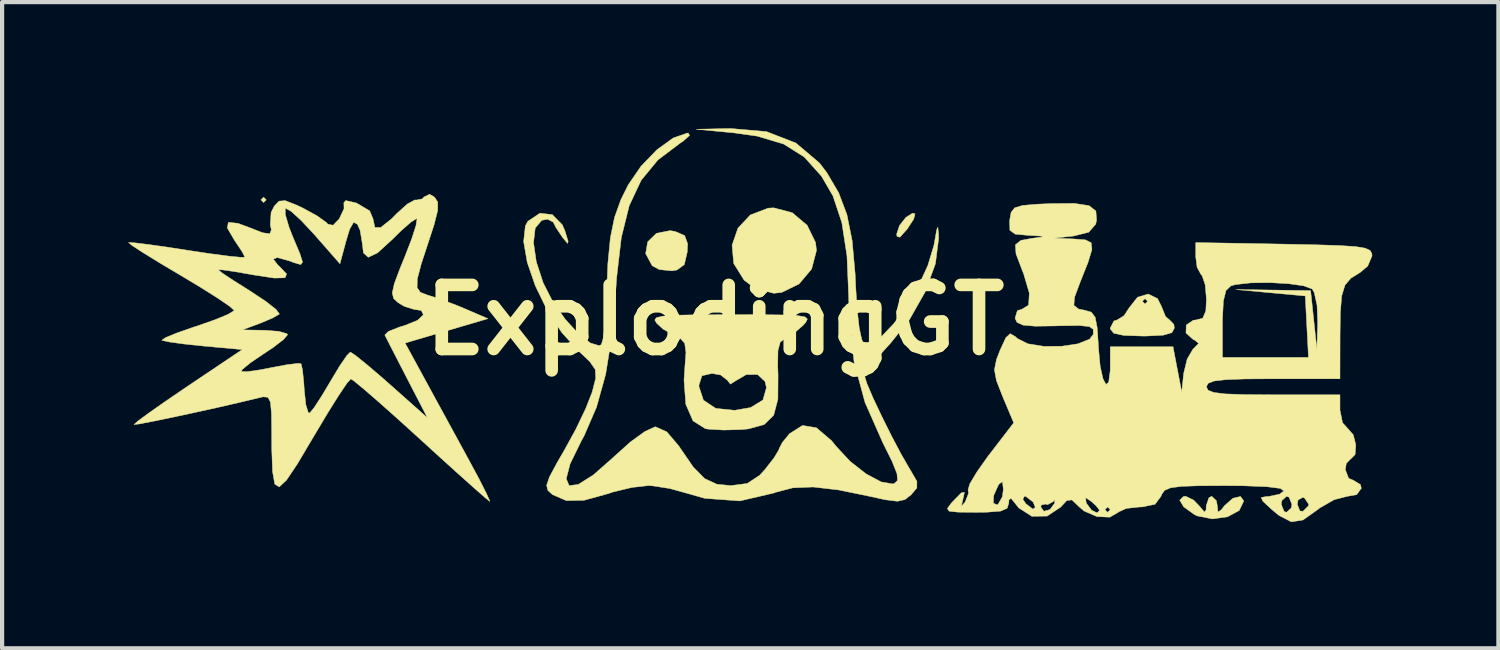
<source format=kicad_pcb>
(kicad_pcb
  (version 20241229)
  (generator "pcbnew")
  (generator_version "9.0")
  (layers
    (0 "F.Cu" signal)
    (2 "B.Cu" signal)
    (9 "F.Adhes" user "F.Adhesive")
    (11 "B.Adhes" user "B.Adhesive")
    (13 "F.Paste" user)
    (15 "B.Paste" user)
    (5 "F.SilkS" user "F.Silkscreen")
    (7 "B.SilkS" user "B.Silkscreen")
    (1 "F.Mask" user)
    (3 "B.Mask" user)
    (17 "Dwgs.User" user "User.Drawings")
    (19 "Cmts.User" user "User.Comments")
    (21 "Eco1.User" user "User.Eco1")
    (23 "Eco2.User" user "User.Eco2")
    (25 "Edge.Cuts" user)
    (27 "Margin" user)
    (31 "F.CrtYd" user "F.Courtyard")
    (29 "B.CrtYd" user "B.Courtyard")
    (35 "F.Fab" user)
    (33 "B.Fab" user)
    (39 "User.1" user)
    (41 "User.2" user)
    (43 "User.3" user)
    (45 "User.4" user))
  (footprint "ExplodingGT"
    (layer "F.Cu")
    (at 13.948 4.558)
    (property "Reference" "ExplodingGT" (at 0 0 0) (layer "F.SilkS") (effects (font (size 1.524 1.524) (thickness 0.3))))
    (attr through_hole)
    (fp_poly (pts (xy -10.668 -2.857) (xy -10.732 -2.794) (xy -10.795 -2.857) (xy -10.732 -2.921) (xy -10.668 -2.857)) (stroke (width 0.01) (type solid)) (fill yes) (layer "F.SilkS"))
    (fp_poly (pts (xy 4.757 -2.524) (xy 4.725 -2.4) (xy 4.576 -2.17) (xy 4.566 -2.157) (xy 4.396 -1.968) (xy 4.327 -1.989) (xy 4.321 -2.048) (xy 4.388 -2.248) (xy 4.54 -2.44) (xy 4.698 -2.54) (xy 4.757 -2.524)) (stroke (width 0.01) (type solid)) (fill yes) (layer "F.SilkS"))
    (fp_poly (pts (xy -0.946 -2.105) (xy -0.721 -2.008) (xy -0.65 -1.814) (xy -0.659 -1.615) (xy -0.729 -1.317) (xy -0.903 -1.19) (xy -1.017 -1.169) (xy -1.322 -1.199) (xy -1.493 -1.29) (xy -1.648 -1.579) (xy -1.6 -1.858) (xy -1.391 -2.062) (xy -1.067 -2.125) (xy -0.946 -2.105)) (stroke (width 0.01) (type solid)) (fill yes) (layer "F.SilkS"))
    (fp_poly (pts (xy 1.836 -2.552) (xy 2.191 -2.253) (xy 2.392 -1.841) (xy 2.413 -1.651) (xy 2.298 -1.212) (xy 1.999 -0.857) (xy 1.587 -0.656) (xy 1.397 -0.635) (xy 0.951 -0.754) (xy 0.693 -0.947) (xy 0.446 -1.344) (xy 0.406 -1.778) (xy 0.546 -2.184) (xy 0.841 -2.498) (xy 1.263 -2.659) (xy 1.397 -2.667) (xy 1.836 -2.552)) (stroke (width 0.01) (type solid)) (fill yes) (layer "F.SilkS"))
    (fp_poly (pts (xy 11.921 4.296) (xy 11.942 4.413) (xy 11.959 4.566) (xy 12.037 4.513) (xy 12.115 4.413) (xy 12.312 4.239) (xy 12.493 4.195) (xy 12.573 4.302) (xy 12.573 4.302) (xy 12.463 4.529) (xy 12.186 4.679) (xy 11.826 4.729) (xy 11.465 4.657) (xy 11.398 4.625) (xy 11.144 4.443) (xy 11.049 4.283) (xy 11.138 4.196) (xy 11.194 4.191) (xy 11.38 4.282) (xy 11.507 4.413) (xy 11.637 4.566) (xy 11.676 4.513) (xy 11.68 4.413) (xy 11.743 4.225) (xy 11.811 4.191) (xy 11.921 4.296)) (stroke (width 0.01) (type solid)) (fill yes) (layer "F.SilkS"))
    (fp_poly (pts (xy 10.521 -0.51) (xy 10.614 -0.326) (xy 10.712 -0.084) (xy 10.809 0) (xy 10.909 0.103) (xy 10.922 0.191) (xy 10.863 0.301) (xy 10.656 0.361) (xy 10.252 0.381) (xy 10.16 0.381) (xy 9.718 0.366) (xy 9.48 0.315) (xy 9.4 0.213) (xy 9.398 0.191) (xy 9.484 0.022) (xy 9.558 0) (xy 9.727 -0.104) (xy 9.844 -0.286) (xy 9.97 -0.445) (xy 10.16 -0.445) (xy 10.223 -0.381) (xy 10.287 -0.445) (xy 10.223 -0.508) (xy 10.16 -0.445) (xy 9.97 -0.445) (xy 10.047 -0.542) (xy 10.3 -0.618) (xy 10.521 -0.51)) (stroke (width 0.01) (type solid)) (fill yes) (layer "F.SilkS"))
    (fp_poly (pts (xy 1.123 -0.126) (xy 1.64 -0.12) (xy 1.969 -0.104) (xy 2.143 -0.073) (xy 2.196 -0.023) (xy 2.16 0.052) (xy 2.098 0.124) (xy 1.849 0.341) (xy 1.666 0.439) (xy 1.552 0.525) (xy 1.498 0.725) (xy 1.492 1.098) (xy 1.5 1.3) (xy 1.496 1.883) (xy 1.396 2.264) (xy 1.171 2.485) (xy 0.793 2.589) (xy 0.627 2.605) (xy 0.206 2.616) (xy -0.153 2.595) (xy -0.229 2.583) (xy -0.522 2.398) (xy -0.693 2.006) (xy -0.725 1.581) (xy -0.381 1.581) (xy -0.274 1.907) (xy 0.019 2.101) (xy 0.462 2.147) (xy 0.848 2.081) (xy 1.14 1.902) (xy 1.224 1.608) (xy 1.189 1.46) (xy 1.013 1.296) (xy 0.743 1.298) (xy 0.518 1.429) (xy 0.367 1.524) (xy 0.291 1.429) (xy 0.134 1.306) (xy -0.074 1.27) (xy -0.31 1.326) (xy -0.38 1.543) (xy -0.381 1.581) (xy -0.725 1.581) (xy -0.736 1.425) (xy -0.719 1.168) (xy -0.69 0.771) (xy -0.72 0.551) (xy -0.828 0.436) (xy -0.934 0.388) (xy -1.236 0.214) (xy -1.386 0.077) (xy -1.431 -0.001) (xy -1.393 -0.056) (xy -1.239 -0.092) (xy -0.936 -0.114) (xy -0.451 -0.124) (xy 0.249 -0.127) (xy 0.385 -0.127) (xy 1.123 -0.126)) (stroke (width 0.01) (type solid)) (fill yes) (layer "F.SilkS"))
    (fp_poly (pts (xy 1.225 -4.479) (xy 1.924 -4.208) (xy 2.484 -3.733) (xy 2.658 -3.506) (xy 2.94 -3.027) (xy 3.136 -2.509) (xy 3.261 -1.888) (xy 3.332 -1.101) (xy 3.347 -0.771) (xy 3.38 -0.244) (xy 3.43 0.19) (xy 3.49 0.465) (xy 3.519 0.522) (xy 3.704 0.552) (xy 3.959 0.392) (xy 4.253 0.084) (xy 4.555 -0.329) (xy 4.835 -0.804) (xy 5.062 -1.3) (xy 5.205 -1.773) (xy 5.218 -1.841) (xy 5.271 -2.144) (xy 5.299 -2.208) (xy 5.314 -2.047) (xy 5.318 -1.942) (xy 5.242 -1.341) (xy 4.997 -0.668) (xy 4.618 -0.000302) (xy 4.176 0.548) (xy 3.868 0.887) (xy 3.646 1.165) (xy 3.556 1.326) (xy 3.556 1.33) (xy 3.612 1.51) (xy 3.757 1.85) (xy 3.963 2.286) (xy 4.196 2.754) (xy 4.427 3.191) (xy 4.624 3.533) (xy 4.657 3.586) (xy 4.801 3.837) (xy 4.799 3.993) (xy 4.665 4.153) (xy 4.516 4.27) (xy 4.336 4.309) (xy 4.046 4.273) (xy 3.716 4.2) (xy 2.933 4.039) (xy 2.33 3.97) (xy 1.85 3.99) (xy 1.436 4.098) (xy 1.392 4.115) (xy 0.592 4.301) (xy -0.243 4.24) (xy -0.635 4.128) (xy -1.075 4.006) (xy -1.497 3.941) (xy -1.587 3.937) (xy -1.975 3.981) (xy -2.427 4.09) (xy -2.54 4.128) (xy -3.111 4.286) (xy -3.534 4.294) (xy -3.863 4.151) (xy -3.867 4.148) (xy -3.974 4.05) (xy -4.002 3.928) (xy -3.934 3.729) (xy -3.758 3.4) (xy -3.584 3.1) (xy -3.311 2.602) (xy -3.075 2.11) (xy -2.923 1.724) (xy -2.915 1.697) (xy -2.835 1.385) (xy -2.846 1.177) (xy -2.981 0.983) (xy -3.262 0.719) (xy -3.648 0.29) (xy -3.991 -0.238) (xy -4.27 -0.81) (xy -4.463 -1.37) (xy -4.549 -1.865) (xy -4.508 -2.239) (xy -4.446 -2.349) (xy -4.162 -2.539) (xy -3.867 -2.505) (xy -3.63 -2.264) (xy -3.57 -2.127) (xy -3.49 -1.868) (xy -3.504 -1.821) (xy -3.617 -1.955) (xy -3.78 -2.197) (xy -3.845 -2.327) (xy -3.979 -2.397) (xy -4.119 -2.37) (xy -4.273 -2.187) (xy -4.314 -1.839) (xy -4.248 -1.385) (xy -4.085 -0.885) (xy -3.858 -0.439) (xy -3.56 -0.018) (xy -3.247 0.324) (xy -2.962 0.547) (xy -2.752 0.61) (xy -2.701 0.584) (xy -2.653 0.42) (xy -2.611 0.068) (xy -2.583 -0.403) (xy -2.578 -0.55) (xy -2.546 -1.347) (xy -2.487 -1.954) (xy -2.389 -2.437) (xy -2.237 -2.86) (xy -2.062 -3.214) (xy -1.757 -3.658) (xy -1.38 -4.048) (xy -0.992 -4.328) (xy -0.658 -4.444) (xy -0.637 -4.445) (xy -0.603 -4.389) (xy -0.756 -4.253) (xy -0.826 -4.207) (xy -1.355 -3.807) (xy -1.753 -3.325) (xy -2.038 -2.721) (xy -2.227 -1.958) (xy -2.339 -0.994) (xy -2.354 -0.762) (xy -2.449 0.365) (xy -2.599 1.292) (xy -2.815 2.069) (xy -3.108 2.747) (xy -3.184 2.887) (xy -3.445 3.422) (xy -3.536 3.774) (xy -3.467 3.938) (xy -3.249 3.909) (xy -2.892 3.684) (xy -2.407 3.257) (xy -2.389 3.239) (xy -2.006 2.896) (xy -1.666 2.65) (xy -1.43 2.542) (xy -1.41 2.54) (xy -1.145 2.659) (xy -0.86 2.994) (xy -0.838 3.028) (xy -0.518 3.493) (xy -0.244 3.771) (xy 0.044 3.904) (xy 0.379 3.937) (xy 0.767 3.886) (xy 1.062 3.692) (xy 1.195 3.546) (xy 1.403 3.278) (xy 1.517 3.09) (xy 1.524 3.062) (xy 1.602 2.911) (xy 1.773 2.702) (xy 2.081 2.507) (xy 2.412 2.562) (xy 2.771 2.868) (xy 2.877 2.999) (xy 3.21 3.358) (xy 3.59 3.656) (xy 3.952 3.85) (xy 4.229 3.897) (xy 4.262 3.888) (xy 4.341 3.813) (xy 4.327 3.651) (xy 4.209 3.356) (xy 3.994 2.926) (xy 3.568 1.962) (xy 3.308 1.003) (xy 3.191 -0.048) (xy 3.18 -0.533) (xy 3.138 -1.526) (xy 3.016 -2.317) (xy 2.804 -2.952) (xy 2.533 -3.418) (xy 2.122 -3.876) (xy 1.632 -4.184) (xy 1.003 -4.372) (xy 0.445 -4.45) (xy -0.445 -4.535) (xy 0.373 -4.553) (xy 1.225 -4.479)) (stroke (width 0.01) (type solid)) (fill yes) (layer "F.SilkS"))
    (fp_poly (pts (xy -6.666 -2.92) (xy -6.591 -2.804) (xy -6.592 -2.605) (xy -6.677 -2.267) (xy -6.805 -1.876) (xy -6.984 -1.331) (xy -7.076 -0.979) (xy -7.082 -0.77) (xy -7.002 -0.657) (xy -6.835 -0.593) (xy -6.811 -0.587) (xy -6.509 -0.49) (xy -6.108 -0.336) (xy -5.953 -0.271) (xy -5.397 -0.032) (xy -6.382 0.258) (xy -7.367 0.548) (xy -6.859 1.48) (xy -6.532 2.08) (xy -6.163 2.756) (xy -5.832 3.363) (xy -5.831 3.365) (xy -5.601 3.793) (xy -5.435 4.121) (xy -5.356 4.297) (xy -5.354 4.313) (xy -5.457 4.23) (xy -5.716 4.003) (xy -6.099 3.661) (xy -6.574 3.231) (xy -6.985 2.856) (xy -7.513 2.377) (xy -7.977 1.964) (xy -8.344 1.645) (xy -8.582 1.449) (xy -8.657 1.4) (xy -8.749 1.502) (xy -8.94 1.784) (xy -9.203 2.204) (xy -9.512 2.721) (xy -9.561 2.803) (xy -9.925 3.417) (xy -10.186 3.806) (xy -10.36 3.969) (xy -10.465 3.902) (xy -10.518 3.605) (xy -10.537 3.075) (xy -10.539 2.696) (xy -10.544 2.222) (xy -10.568 1.953) (xy -10.628 1.837) (xy -10.741 1.826) (xy -10.827 1.845) (xy -11.284 1.955) (xy -11.823 2.079) (xy -12.389 2.204) (xy -12.925 2.319) (xy -13.378 2.412) (xy -13.692 2.472) (xy -13.812 2.485) (xy -13.726 2.407) (xy -13.467 2.216) (xy -13.075 1.941) (xy -12.588 1.609) (xy -12.542 1.578) (xy -11.239 0.703) (xy -12.169 0.618) (xy -12.627 0.57) (xy -12.974 0.522) (xy -13.145 0.484) (xy -13.151 0.481) (xy -13.065 0.42) (xy -12.793 0.308) (xy -12.389 0.167) (xy -12.316 0.144) (xy -11.887 -0.006) (xy -11.573 -0.136) (xy -11.434 -0.223) (xy -11.432 -0.23) (xy -11.536 -0.325) (xy -11.817 -0.517) (xy -12.232 -0.779) (xy -12.707 -1.064) (xy -12.927 -1.194) (xy -11.811 -1.194) (xy -11.712 -1.115) (xy -11.45 -0.941) (xy -11.08 -0.708) (xy -11.047 -0.687) (xy -10.683 -0.446) (xy -10.436 -0.253) (xy -10.355 -0.144) (xy -10.358 -0.14) (xy -10.518 -0.047) (xy -10.809 0.075) (xy -10.836 0.086) (xy -11.239 0.235) (xy -10.7 0.244) (xy -10.37 0.27) (xy -10.179 0.324) (xy -10.16 0.349) (xy -10.259 0.465) (xy -10.512 0.659) (xy -10.738 0.809) (xy -11.048 1.019) (xy -11.235 1.173) (xy -11.264 1.224) (xy -11.122 1.228) (xy -10.812 1.184) (xy -10.551 1.133) (xy -10.173 1.062) (xy -9.912 1.031) (xy -9.841 1.039) (xy -9.807 1.182) (xy -9.775 1.493) (xy -9.763 1.679) (xy -9.727 2.013) (xy -9.67 2.199) (xy -9.636 2.213) (xy -9.527 2.079) (xy -9.339 1.789) (xy -9.142 1.458) (xy -8.925 1.097) (xy -8.753 0.846) (xy -8.669 0.762) (xy -8.548 0.841) (xy -8.284 1.053) (xy -7.924 1.36) (xy -7.715 1.544) (xy -6.835 2.326) (xy -7.322 1.385) (xy -7.55 0.942) (xy -7.732 0.588) (xy -7.837 0.382) (xy -7.849 0.356) (xy -7.766 0.273) (xy -7.507 0.169) (xy -7.37 0.128) (xy -7.07 0.007) (xy -6.932 -0.125) (xy -6.982 -0.226) (xy -7.159 -0.254) (xy -7.385 -0.324) (xy -7.537 -0.415) (xy -7.641 -0.513) (xy -7.672 -0.644) (xy -7.623 -0.865) (xy -7.485 -1.234) (xy -7.378 -1.494) (xy -7.212 -1.924) (xy -7.108 -2.246) (xy -7.084 -2.405) (xy -7.093 -2.413) (xy -7.227 -2.329) (xy -7.472 -2.113) (xy -7.678 -1.91) (xy -8.022 -1.596) (xy -8.243 -1.491) (xy -8.358 -1.595) (xy -8.384 -1.817) (xy -8.436 -2.129) (xy -8.5 -2.276) (xy -8.59 -2.324) (xy -8.685 -2.16) (xy -8.765 -1.897) (xy -8.916 -1.337) (xy -9.527 -2.034) (xy -9.832 -2.361) (xy -10.075 -2.583) (xy -10.208 -2.657) (xy -10.216 -2.653) (xy -10.214 -2.503) (xy -10.125 -2.202) (xy -10.036 -1.976) (xy -9.869 -1.58) (xy -9.804 -1.376) (xy -9.848 -1.318) (xy -10.007 -1.363) (xy -10.114 -1.404) (xy -10.406 -1.486) (xy -10.501 -1.447) (xy -10.383 -1.297) (xy -10.354 -1.273) (xy -10.184 -1.094) (xy -10.221 -1.004) (xy -10.476 -0.997) (xy -10.96 -1.07) (xy -10.986 -1.075) (xy -11.402 -1.148) (xy -11.699 -1.191) (xy -11.811 -1.194) (xy -12.927 -1.194) (xy -13.203 -1.359) (xy -13.601 -1.604) (xy -13.862 -1.774) (xy -13.943 -1.843) (xy -13.811 -1.837) (xy -13.481 -1.797) (xy -13.005 -1.73) (xy -12.541 -1.658) (xy -11.99 -1.575) (xy -11.546 -1.517) (xy -11.259 -1.49) (xy -11.176 -1.495) (xy -11.242 -1.624) (xy -11.404 -1.868) (xy -11.426 -1.9) (xy -11.595 -2.19) (xy -11.568 -2.322) (xy -11.343 -2.299) (xy -11.106 -2.212) (xy -10.754 -2.075) (xy -10.583 -2.051) (xy -10.547 -2.144) (xy -10.572 -2.264) (xy -10.553 -2.556) (xy -10.479 -2.707) (xy -10.364 -2.826) (xy -10.216 -2.838) (xy -9.955 -2.736) (xy -9.806 -2.666) (xy -9.473 -2.485) (xy -9.245 -2.324) (xy -9.202 -2.278) (xy -9.078 -2.253) (xy -8.933 -2.404) (xy -8.819 -2.647) (xy -8.823 -2.789) (xy -8.778 -2.84) (xy -8.547 -2.788) (xy -8.513 -2.776) (xy -8.209 -2.595) (xy -8.128 -2.401) (xy -8.086 -2.2) (xy -7.947 -2.199) (xy -7.692 -2.403) (xy -7.561 -2.535) (xy -7.315 -2.756) (xy -7.135 -2.855) (xy -7.101 -2.851) (xy -6.957 -2.88) (xy -6.919 -2.925) (xy -6.781 -2.99) (xy -6.666 -2.92)) (stroke (width 0.01) (type solid)) (fill yes) (layer "F.SilkS"))
    (fp_poly (pts (xy 8.893 -2.719) (xy 9.056 -2.592) (xy 9.073 -2.376) (xy 9.052 -2.279) (xy 8.886 -2.087) (xy 8.528 -1.997) (xy 8.065 -1.948) (xy 8.549 -1.926) (xy 8.808 -1.905) (xy 8.944 -1.837) (xy 8.962 -1.675) (xy 8.87 -1.372) (xy 8.684 -0.905) (xy 8.549 -0.543) (xy 8.533 -0.349) (xy 8.645 -0.261) (xy 8.795 -0.231) (xy 8.948 -0.186) (xy 9.039 -0.066) (xy 9.088 0.188) (xy 9.117 0.634) (xy 9.118 0.667) (xy 9.158 1.099) (xy 9.224 1.396) (xy 9.297 1.532) (xy 9.36 1.479) (xy 9.396 1.212) (xy 9.398 1.079) (xy 9.398 0.635) (xy 10.89 0.635) (xy 10.993 1.175) (xy 11.097 1.714) (xy 11.143 1.27) (xy 11.226 0.928) (xy 11.363 0.694) (xy 11.377 0.682) (xy 11.499 0.556) (xy 11.4 0.475) (xy 11.37 0.464) (xy 11.198 0.308) (xy 11.204 0.119) (xy 11.266 0.077) (xy 12.065 0.077) (xy 12.065 0.889) (xy 14.11 0.889) (xy 14.072 0.159) (xy 14.034 -0.572) (xy 13.208 -0.648) (xy 12.383 -0.725) (xy 13.271 -0.712) (xy 14.161 -0.699) (xy 14.31 0.699) (xy 14.33 0.057) (xy 14.314 -0.349) (xy 14.247 -0.653) (xy 14.199 -0.737) (xy 14 -0.812) (xy 13.633 -0.864) (xy 13.183 -0.889) (xy 12.737 -0.883) (xy 12.378 -0.843) (xy 12.266 -0.812) (xy 12.149 -0.702) (xy 12.087 -0.451) (xy 12.065 -0.007) (xy 12.065 0.077) (xy 11.266 0.077) (xy 11.375 0.004) (xy 11.43 0) (xy 11.597 -0.043) (xy 11.67 -0.218) (xy 11.684 -0.501) (xy 11.654 -0.839) (xy 11.581 -1.055) (xy 11.557 -1.079) (xy 11.462 -1.253) (xy 11.43 -1.5) (xy 11.43 -1.841) (xy 13.525 -1.804) (xy 14.3 -1.788) (xy 14.856 -1.77) (xy 15.23 -1.745) (xy 15.458 -1.708) (xy 15.574 -1.655) (xy 15.617 -1.579) (xy 15.621 -1.523) (xy 15.518 -1.281) (xy 15.335 -1.128) (xy 15.116 -0.992) (xy 14.977 -0.827) (xy 14.9 -0.573) (xy 14.868 -0.175) (xy 14.861 0.349) (xy 14.859 1.397) (xy 13.271 1.397) (xy 12.599 1.401) (xy 12.142 1.418) (xy 11.863 1.451) (xy 11.723 1.506) (xy 11.684 1.586) (xy 11.684 1.587) (xy 11.721 1.668) (xy 11.859 1.723) (xy 12.136 1.757) (xy 12.589 1.773) (xy 13.257 1.778) (xy 13.271 1.778) (xy 14.859 1.778) (xy 14.859 2.145) (xy 14.92 2.443) (xy 15.05 2.586) (xy 15.176 2.73) (xy 15.236 2.971) (xy 15.219 3.198) (xy 15.117 3.302) (xy 15.113 3.302) (xy 15.01 3.408) (xy 14.986 3.556) (xy 15.065 3.763) (xy 15.177 3.81) (xy 15.345 3.912) (xy 15.367 4) (xy 15.256 4.153) (xy 15.036 4.191) (xy 14.72 4.272) (xy 14.376 4.47) (xy 14.328 4.508) (xy 13.981 4.754) (xy 13.703 4.799) (xy 13.407 4.645) (xy 13.247 4.513) (xy 13.105 4.381) (xy 13.462 4.381) (xy 13.531 4.551) (xy 13.589 4.572) (xy 13.702 4.469) (xy 13.716 4.381) (xy 13.843 4.381) (xy 13.907 4.54) (xy 13.98 4.548) (xy 14.111 4.417) (xy 14.116 4.381) (xy 14.017 4.233) (xy 13.98 4.215) (xy 13.864 4.277) (xy 13.843 4.381) (xy 13.716 4.381) (xy 13.647 4.212) (xy 13.589 4.191) (xy 13.476 4.294) (xy 13.462 4.381) (xy 13.105 4.381) (xy 13.025 4.308) (xy 12.986 4.219) (xy 13.116 4.196) (xy 13.169 4.195) (xy 13.425 4.14) (xy 13.525 4.064) (xy 13.443 4.004) (xy 13.119 3.963) (xy 12.566 3.941) (xy 12.145 3.937) (xy 11.514 3.94) (xy 11.092 3.955) (xy 10.833 3.989) (xy 10.691 4.049) (xy 10.622 4.143) (xy 10.604 4.191) (xy 10.463 4.38) (xy 10.16 4.444) (xy 10.095 4.445) (xy 9.782 4.479) (xy 9.595 4.563) (xy 9.588 4.572) (xy 9.386 4.688) (xy 9.08 4.673) (xy 8.774 4.54) (xy 8.666 4.448) (xy 8.487 4.277) (xy 8.363 4.293) (xy 8.218 4.448) (xy 7.896 4.662) (xy 7.534 4.667) (xy 7.222 4.467) (xy 7.183 4.417) (xy 7.06 4.264) (xy 7.32 4.264) (xy 7.393 4.369) (xy 7.56 4.497) (xy 7.616 4.452) (xy 7.614 4.448) (xy 7.747 4.448) (xy 7.82 4.547) (xy 7.965 4.506) (xy 8.074 4.359) (xy 8.079 4.339) (xy 8.07 4.273) (xy 8.044 4.316) (xy 7.906 4.391) (xy 7.863 4.375) (xy 7.756 4.399) (xy 7.747 4.448) (xy 7.614 4.448) (xy 7.562 4.326) (xy 7.429 4.223) (xy 8.813 4.223) (xy 8.822 4.323) (xy 8.837 4.364) (xy 8.951 4.52) (xy 9.087 4.586) (xy 9.144 4.524) (xy 9.132 4.508) (xy 9.271 4.508) (xy 9.335 4.572) (xy 9.398 4.508) (xy 9.335 4.445) (xy 9.271 4.508) (xy 9.132 4.508) (xy 9.06 4.415) (xy 8.951 4.316) (xy 8.813 4.223) (xy 7.429 4.223) (xy 7.397 4.198) (xy 7.353 4.191) (xy 7.32 4.264) (xy 7.06 4.264) (xy 7.041 4.241) (xy 6.989 4.273) (xy 6.985 4.353) (xy 6.946 4.476) (xy 6.791 4.543) (xy 6.467 4.569) (xy 6.203 4.572) (xy 5.778 4.568) (xy 5.566 4.545) (xy 5.525 4.482) (xy 5.613 4.361) (xy 5.652 4.318) (xy 5.858 4.108) (xy 5.931 4.097) (xy 5.891 4.282) (xy 5.89 4.286) (xy 5.856 4.428) (xy 5.926 4.353) (xy 6.618 4.353) (xy 6.706 4.394) (xy 6.731 4.381) (xy 6.832 4.205) (xy 6.856 4.025) (xy 6.836 3.844) (xy 6.76 3.894) (xy 6.731 3.937) (xy 6.626 4.173) (xy 6.618 4.353) (xy 5.926 4.353) (xy 5.934 4.345) (xy 5.949 4.324) (xy 6.03 4.117) (xy 6.017 4.038) (xy 6.058 3.896) (xy 6.226 3.614) (xy 6.484 3.249) (xy 6.529 3.19) (xy 7.103 2.444) (xy 6.84 1.821) (xy 6.692 1.442) (xy 6.644 1.183) (xy 6.693 0.937) (xy 6.779 0.715) (xy 6.916 0.419) (xy 7.019 0.325) (xy 7.143 0.396) (xy 7.188 0.439) (xy 7.438 0.565) (xy 7.814 0.626) (xy 8.237 0.624) (xy 8.628 0.566) (xy 8.907 0.455) (xy 8.995 0.34) (xy 8.994 0.222) (xy 8.9 0.156) (xy 8.664 0.131) (xy 8.236 0.136) (xy 8.107 0.14) (xy 7.616 0.147) (xy 7.325 0.122) (xy 7.181 0.056) (xy 7.134 -0.042) (xy 7.189 -0.223) (xy 7.293 -0.254) (xy 7.457 -0.354) (xy 7.473 -0.641) (xy 7.339 -1.096) (xy 7.303 -1.187) (xy 7.157 -1.572) (xy 7.142 -1.788) (xy 7.273 -1.893) (xy 7.525 -1.94) (xy 7.774 -1.974) (xy 7.795 -1.992) (xy 7.576 -2.006) (xy 7.453 -2.012) (xy 7.139 -2.041) (xy 7.012 -2.132) (xy 7.004 -2.339) (xy 7.008 -2.381) (xy 7.041 -2.56) (xy 7.124 -2.667) (xy 7.314 -2.724) (xy 7.667 -2.754) (xy 7.99 -2.768) (xy 8.549 -2.772) (xy 8.893 -2.719)) (stroke (width 0.01) (type solid)) (fill yes) (layer "F.SilkS")))
  (gr_rect
    (start -3 -3)
    (end 32.574 12.363)
    (stroke (width 0.1) (type default))
    (fill no)
    (layer "Edge.Cuts")))
</source>
